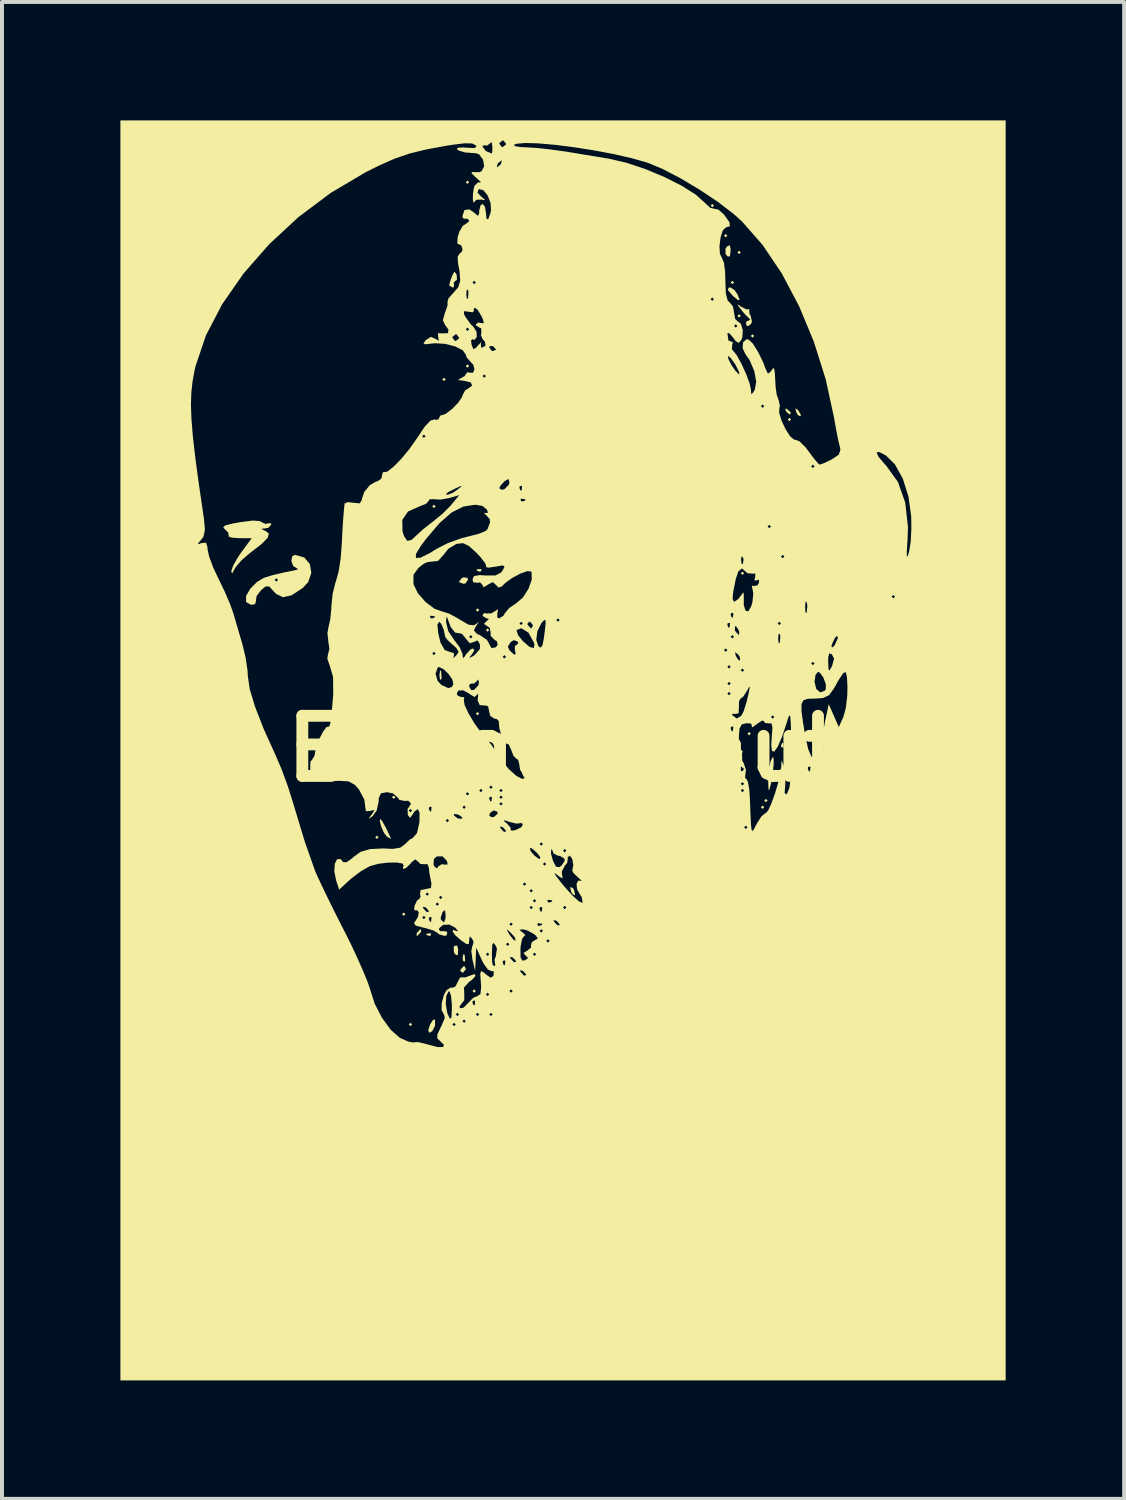
<source format=kicad_pcb>
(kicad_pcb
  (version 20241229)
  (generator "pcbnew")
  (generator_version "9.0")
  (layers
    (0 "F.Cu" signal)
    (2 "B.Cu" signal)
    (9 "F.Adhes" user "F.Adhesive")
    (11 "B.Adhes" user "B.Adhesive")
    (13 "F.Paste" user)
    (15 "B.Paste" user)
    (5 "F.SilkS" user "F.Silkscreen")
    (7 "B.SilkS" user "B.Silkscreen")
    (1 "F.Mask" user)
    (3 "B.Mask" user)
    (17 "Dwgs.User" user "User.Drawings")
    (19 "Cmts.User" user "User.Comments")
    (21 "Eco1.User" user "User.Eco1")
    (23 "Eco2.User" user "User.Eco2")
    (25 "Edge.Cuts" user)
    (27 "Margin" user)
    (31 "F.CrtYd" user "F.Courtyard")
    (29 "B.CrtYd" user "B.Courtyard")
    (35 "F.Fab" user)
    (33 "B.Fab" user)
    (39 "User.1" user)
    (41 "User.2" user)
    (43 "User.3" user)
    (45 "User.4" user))
  (footprint "Ehrmantraut"
    (layer "F.Cu")
    (at 11.213 15.917)
    (property "Reference" "Ehrmantraut" (at 0 0 0) (layer "F.SilkS") (effects (font (size 1.524 1.524) (thickness 0.3))))
    (attr board_only exclude_from_pos_files exclude_from_bom)
    (fp_poly (pts (xy -4.672 2.244) (xy -4.715 2.286) (xy -4.757 2.244) (xy -4.715 2.201)) (stroke (width 0) (type solid)) (fill yes) (layer "F.SilkS"))
    (fp_poly (pts (xy -4.247 1.228) (xy -4.29 1.27) (xy -4.332 1.228) (xy -4.29 1.185)) (stroke (width 0) (type solid)) (fill yes) (layer "F.SilkS"))
    (fp_poly (pts (xy -3.993 4.191) (xy -4.035 4.233) (xy -4.078 4.191) (xy -4.035 4.149)) (stroke (width 0) (type solid)) (fill yes) (layer "F.SilkS"))
    (fp_poly (pts (xy -3.823 6.985) (xy -3.865 7.027) (xy -3.908 6.985) (xy -3.865 6.943)) (stroke (width 0) (type solid)) (fill yes) (layer "F.SilkS"))
    (fp_poly (pts (xy -3.228 -6.138) (xy -3.271 -6.096) (xy -3.313 -6.138) (xy -3.271 -6.181)) (stroke (width 0) (type solid)) (fill yes) (layer "F.SilkS"))
    (fp_poly (pts (xy -2.973 -9.356) (xy -3.016 -9.313) (xy -3.058 -9.356) (xy -3.016 -9.398)) (stroke (width 0) (type solid)) (fill yes) (layer "F.SilkS"))
    (fp_poly (pts (xy -2.379 -14.351) (xy -2.421 -14.309) (xy -2.464 -14.351) (xy -2.421 -14.393)) (stroke (width 0) (type solid)) (fill yes) (layer "F.SilkS"))
    (fp_poly (pts (xy -2.379 -9.694) (xy -2.421 -9.652) (xy -2.464 -9.694) (xy -2.421 -9.737)) (stroke (width 0) (type solid)) (fill yes) (layer "F.SilkS"))
    (fp_poly (pts (xy -2.209 6.138) (xy -2.251 6.181) (xy -2.294 6.138) (xy -2.251 6.096)) (stroke (width 0) (type solid)) (fill yes) (layer "F.SilkS"))
    (fp_poly (pts (xy -2.124 -3.514) (xy -2.166 -3.471) (xy -2.209 -3.514) (xy -2.166 -3.556)) (stroke (width 0) (type solid)) (fill yes) (layer "F.SilkS"))
    (fp_poly (pts (xy -2.124 -0.889) (xy -2.166 -0.847) (xy -2.209 -0.889) (xy -2.166 -0.931)) (stroke (width 0) (type solid)) (fill yes) (layer "F.SilkS"))
    (fp_poly (pts (xy -1.869 -3.006) (xy -1.911 -2.963) (xy -1.954 -3.006) (xy -1.911 -3.048)) (stroke (width 0) (type solid)) (fill yes) (layer "F.SilkS"))
    (fp_poly (pts (xy 3.823 -13.758) (xy 3.78 -13.716) (xy 3.738 -13.758) (xy 3.78 -13.801)) (stroke (width 0) (type solid)) (fill yes) (layer "F.SilkS"))
    (fp_poly (pts (xy 4.163 -12.996) (xy 4.12 -12.954) (xy 4.078 -12.996) (xy 4.12 -13.039)) (stroke (width 0) (type solid)) (fill yes) (layer "F.SilkS"))
    (fp_poly (pts (xy 4.332 -11.811) (xy 4.29 -11.769) (xy 4.247 -11.811) (xy 4.29 -11.853)) (stroke (width 0) (type solid)) (fill yes) (layer "F.SilkS"))
    (fp_poly (pts (xy 4.502 -12.573) (xy 4.46 -12.531) (xy 4.417 -12.573) (xy 4.46 -12.615)) (stroke (width 0) (type solid)) (fill yes) (layer "F.SilkS"))
    (fp_poly (pts (xy 4.502 -10.964) (xy 4.46 -10.922) (xy 4.417 -10.964) (xy 4.46 -11.007)) (stroke (width 0) (type solid)) (fill yes) (layer "F.SilkS"))
    (fp_poly (pts (xy 4.587 -4.445) (xy 4.545 -4.403) (xy 4.502 -4.445) (xy 4.545 -4.487)) (stroke (width 0) (type solid)) (fill yes) (layer "F.SilkS"))
    (fp_poly (pts (xy 4.757 -0.381) (xy 4.715 -0.339) (xy 4.672 -0.381) (xy 4.715 -0.423)) (stroke (width 0) (type solid)) (fill yes) (layer "F.SilkS"))
    (fp_poly (pts (xy 4.842 -10.456) (xy 4.8 -10.414) (xy 4.757 -10.456) (xy 4.8 -10.499)) (stroke (width 0) (type solid)) (fill yes) (layer "F.SilkS"))
    (fp_poly (pts (xy 5.097 1.482) (xy 5.055 1.524) (xy 5.012 1.482) (xy 5.055 1.439)) (stroke (width 0) (type solid)) (fill yes) (layer "F.SilkS"))
    (fp_poly (pts (xy 5.182 1.312) (xy 5.139 1.355) (xy 5.097 1.312) (xy 5.139 1.27)) (stroke (width 0) (type solid)) (fill yes) (layer "F.SilkS"))
    (fp_poly (pts (xy 5.777 -8.34) (xy 5.734 -8.297) (xy 5.692 -8.34) (xy 5.734 -8.382)) (stroke (width 0) (type solid)) (fill yes) (layer "F.SilkS"))
    (fp_poly (pts (xy 6.456 -0.381) (xy 6.414 -0.339) (xy 6.371 -0.381) (xy 6.414 -0.423)) (stroke (width 0) (type solid)) (fill yes) (layer "F.SilkS"))
    (fp_poly (pts (xy -3.341 4.685) (xy -3.353 4.735) (xy -3.398 4.741) (xy -3.468 4.71) (xy -3.455 4.685) (xy -3.354 4.675)) (stroke (width 0) (type solid)) (fill yes) (layer "F.SilkS"))
    (fp_poly (pts (xy -3.087 -1.968) (xy -3.076 -1.795) (xy -3.087 -1.757) (xy -3.118 -1.746) (xy -3.13 -1.863) (xy -3.116 -1.983)) (stroke (width 0) (type solid)) (fill yes) (layer "F.SilkS"))
    (fp_poly (pts (xy -2.49 5.233) (xy -2.48 5.366) (xy -2.497 5.396) (xy -2.536 5.37) (xy -2.542 5.285) (xy -2.521 5.194)) (stroke (width 0) (type solid)) (fill yes) (layer "F.SilkS"))
    (fp_poly (pts (xy -2.067 -4.544) (xy -2.079 -4.493) (xy -2.124 -4.487) (xy -2.194 -4.518) (xy -2.18 -4.544) (xy -2.08 -4.554)) (stroke (width 0) (type solid)) (fill yes) (layer "F.SilkS"))
    (fp_poly (pts (xy 5.578 -0.141) (xy 5.589 -0.041) (xy 5.578 -0.028) (xy 5.528 -0.04) (xy 5.522 -0.085) (xy 5.553 -0.154)) (stroke (width 0) (type solid)) (fill yes) (layer "F.SilkS"))
    (fp_poly (pts (xy -3.243 7.017) (xy -3.313 7.156) (xy -3.387 7.197) (xy -3.415 7.132) (xy -3.369 6.988) (xy -3.29 6.864) (xy -3.241 6.864)) (stroke (width 0) (type solid)) (fill yes) (layer "F.SilkS"))
    (fp_poly (pts (xy -2.68 4.99) (xy -2.657 5.081) (xy -2.665 5.23) (xy -2.722 5.218) (xy -2.765 5.157) (xy -2.77 5.022) (xy -2.746 4.989)) (stroke (width 0) (type solid)) (fill yes) (layer "F.SilkS"))
    (fp_poly (pts (xy 0.252 3.533) (xy 0.284 3.595) (xy 0.306 3.714) (xy 0.249 3.691) (xy 0.209 3.635) (xy 0.183 3.524) (xy 0.193 3.504)) (stroke (width 0) (type solid)) (fill yes) (layer "F.SilkS"))
    (fp_poly (pts (xy 5.679 -8.602) (xy 5.77 -8.517) (xy 5.751 -8.467) (xy 5.739 -8.467) (xy 5.667 -8.527) (xy 5.641 -8.564) (xy 5.631 -8.622)) (stroke (width 0) (type solid)) (fill yes) (layer "F.SilkS"))
    (fp_poly (pts (xy 5.946 -8.585) (xy 5.957 -8.574) (xy 6.024 -8.463) (xy 6.015 -8.422) (xy 5.952 -8.448) (xy 5.909 -8.527) (xy 5.884 -8.625)) (stroke (width 0) (type solid)) (fill yes) (layer "F.SilkS"))
    (fp_poly (pts (xy -3.595 4.627) (xy -3.61 4.657) (xy -3.69 4.738) (xy -3.705 4.741) (xy -3.711 4.687) (xy -3.695 4.657) (xy -3.615 4.576) (xy -3.6 4.572)) (stroke (width 0) (type solid)) (fill yes) (layer "F.SilkS"))
    (fp_poly (pts (xy -2.465 5.569) (xy -2.464 5.588) (xy -2.529 5.669) (xy -2.554 5.673) (xy -2.604 5.621) (xy -2.591 5.588) (xy -2.515 5.507) (xy -2.501 5.503)) (stroke (width 0) (type solid)) (fill yes) (layer "F.SilkS"))
    (fp_poly (pts (xy -2.42 -4.326) (xy -2.407 -4.282) (xy -2.474 -4.186) (xy -2.52 -4.177) (xy -2.624 -4.214) (xy -2.633 -4.238) (xy -2.567 -4.32) (xy -2.52 -4.343)) (stroke (width 0) (type solid)) (fill yes) (layer "F.SilkS"))
    (fp_poly (pts (xy 4.247 -12.636) (xy 4.247 -12.632) (xy 4.227 -12.47) (xy 4.164 -12.473) (xy 4.115 -12.538) (xy 4.116 -12.67) (xy 4.153 -12.724) (xy 4.226 -12.756)) (stroke (width 0) (type solid)) (fill yes) (layer "F.SilkS"))
    (fp_poly (pts (xy 4.345 -11.618) (xy 4.417 -11.515) (xy 4.475 -11.373) (xy 4.43 -11.364) (xy 4.296 -11.478) (xy 4.178 -11.618) (xy 4.192 -11.678) (xy 4.245 -11.684)) (stroke (width 0) (type solid)) (fill yes) (layer "F.SilkS"))
    (fp_poly (pts (xy -4.575 1.845) (xy -4.484 2.009) (xy -4.473 2.032) (xy -4.391 2.202) (xy -4.359 2.284) (xy -4.36 2.285) (xy -4.432 2.244) (xy -4.467 2.221) (xy -4.539 2.125) (xy -4.606 1.973) (xy -4.643 1.834) (xy -4.628 1.778)) (stroke (width 0) (type solid)) (fill yes) (layer "F.SilkS"))
    (fp_poly (pts (xy 5.335 0.256) (xy 5.336 0.381) (xy 5.31 0.662) (xy 5.267 0.889) (xy 5.226 1.038) (xy 5.206 1.045) (xy 5.199 0.899) (xy 5.198 0.804) (xy 5.213 0.54) (xy 5.256 0.324) (xy 5.267 0.296) (xy 5.317 0.203)) (stroke (width 0) (type solid)) (fill yes) (layer "F.SilkS"))
    (fp_poly (pts (xy -2.711 -12.039) (xy -2.693 -11.995) (xy -2.687 -11.878) (xy -2.726 -11.853) (xy -2.774 -11.801) (xy -2.761 -11.769) (xy -2.768 -11.691) (xy -2.798 -11.684) (xy -2.88 -11.73) (xy -2.882 -11.748) (xy -2.849 -11.872) (xy -2.812 -11.974) (xy -2.756 -12.084)) (stroke (width 0) (type solid)) (fill yes) (layer "F.SilkS"))
    (fp_poly (pts (xy 4.446 -11.246) (xy 4.51 -11.198) (xy 4.644 -11.13) (xy 4.701 -11.134) (xy 4.723 -11.132) (xy 4.715 -11.12) (xy 4.723 -11.016) (xy 4.753 -10.969) (xy 4.786 -10.823) (xy 4.763 -10.762) (xy 4.682 -10.7) (xy 4.635 -10.744) (xy 4.645 -10.828) (xy 4.688 -10.839) (xy 4.746 -10.869) (xy 4.715 -10.902) (xy 4.6 -11.015) (xy 4.502 -11.134) (xy 4.421 -11.248)) (stroke (width 0) (type solid)) (fill yes) (layer "F.SilkS"))
    (fp_poly (pts (xy -7.672 -5.765) (xy -7.634 -5.738) (xy -7.527 -5.693) (xy -7.485 -5.709) (xy -7.4 -5.711) (xy -7.391 -5.678) (xy -7.461 -5.599) (xy -7.539 -5.582) (xy -7.642 -5.571) (xy -7.586 -5.536) (xy -7.537 -5.517) (xy -7.452 -5.449) (xy -7.481 -5.344) (xy -7.635 -5.187) (xy -7.926 -4.962) (xy -7.928 -4.96) (xy -8.14 -4.779) (xy -8.294 -4.6) (xy -8.326 -4.542) (xy -8.383 -4.44) (xy -8.405 -4.492) (xy -8.36 -4.632) (xy -8.24 -4.845) (xy -8.148 -4.979) (xy -7.886 -5.334) (xy -8.204 -5.334) (xy -8.394 -5.347) (xy -8.473 -5.378) (xy -8.468 -5.389) (xy -8.481 -5.475) (xy -8.554 -5.547) (xy -8.609 -5.608) (xy -8.56 -5.656) (xy -8.383 -5.702) (xy -8.192 -5.737) (xy -7.857 -5.78)) (stroke (width 0) (type solid)) (fill yes) (layer "F.SilkS"))
    (fp_poly (pts (xy -6.554 -4.845) (xy -6.413 -4.677) (xy -6.376 -4.454) (xy -6.456 -4.221) (xy -6.591 -4.074) (xy -6.877 -3.886) (xy -7.096 -3.838) (xy -7.273 -3.925) (xy -7.323 -3.98) (xy -7.442 -4.109) (xy -7.534 -4.111) (xy -7.65 -4.017) (xy -7.763 -3.867) (xy -7.779 -3.752) (xy -7.798 -3.663) (xy -7.9 -3.645) (xy -8.011 -3.704) (xy -8.03 -3.729) (xy -8.029 -3.87) (xy -7.924 -4.052) (xy -7.753 -4.225) (xy -7.668 -4.276) (xy -7.306 -4.276) (xy -7.263 -4.233) (xy -7.221 -4.276) (xy -7.263 -4.318) (xy -7.306 -4.276) (xy -7.668 -4.276) (xy -7.577 -4.33) (xy -7.347 -4.401) (xy -7.053 -4.469) (xy -6.966 -4.485) (xy -6.774 -4.525) (xy -6.705 -4.554) (xy -6.732 -4.562) (xy -6.835 -4.627) (xy -6.883 -4.757) (xy -6.861 -4.875) (xy -6.79 -4.911)) (stroke (width 0) (type solid)) (fill yes) (layer "F.SilkS"))
    (fp_poly (pts (xy 11.213 16.002) (xy -11.213 16.002) (xy -11.213 -8.712) (xy -9.426 -8.712) (xy -9.413 -8.348) (xy -9.377 -7.911) (xy -9.316 -7.377) (xy -9.228 -6.724) (xy -9.112 -5.93) (xy -9.096 -5.823) (xy -9.072 -5.544) (xy -9.109 -5.371) (xy -9.169 -5.29) (xy -9.255 -5.194) (xy -9.213 -5.19) (xy -9.153 -5.211) (xy -9.042 -5.219) (xy -9.006 -5.1) (xy -9.005 -5.053) (xy -8.966 -4.871) (xy -8.866 -4.6) (xy -8.726 -4.303) (xy -8.568 -3.975) (xy -8.43 -3.652) (xy -8.351 -3.429) (xy -8.268 -3.143) (xy -8.167 -2.799) (xy -8.119 -2.636) (xy -8.041 -2.308) (xy -7.993 -1.983) (xy -7.985 -1.846) (xy -7.938 -1.516) (xy -7.801 -1.06) (xy -7.578 -0.49) (xy -7.281 0.166) (xy -7.125 0.531) (xy -6.965 0.968) (xy -6.835 1.384) (xy -6.832 1.394) (xy -6.54 2.36) (xy -6.283 3.09) (xy -6.219 3.237) (xy -6.1 3.491) (xy -5.946 3.808) (xy -5.78 4.146) (xy -5.622 4.459) (xy -5.533 4.632) (xy -5.379 4.939) (xy -5.218 5.283) (xy -5.069 5.62) (xy -4.952 5.904) (xy -4.887 6.09) (xy -4.882 6.112) (xy -4.77 6.461) (xy -4.587 6.816) (xy -4.365 7.12) (xy -4.141 7.318) (xy -4.124 7.328) (xy -3.926 7.417) (xy -3.797 7.443) (xy -3.781 7.437) (xy -3.677 7.431) (xy -3.479 7.476) (xy -3.416 7.496) (xy -3.178 7.558) (xy -3.037 7.557) (xy -3.018 7.499) (xy -3.102 7.418) (xy -3.185 7.337) (xy -3.184 7.237) (xy -3.098 7.056) (xy -3.086 7.035) (xy -3.065 6.985) (xy -2.803 6.985) (xy -2.761 7.027) (xy -2.718 6.985) (xy -2.761 6.943) (xy -2.803 6.985) (xy -3.065 6.985) (xy -3.029 6.9) (xy -2.548 6.9) (xy -2.506 6.943) (xy -2.464 6.9) (xy -2.506 6.858) (xy -2.548 6.9) (xy -3.029 6.9) (xy -2.994 6.818) (xy -3.021 6.719) (xy -3.025 6.718) (xy -3.077 6.62) (xy -3.073 6.47) (xy -2.97 6.47) (xy -2.934 6.688) (xy -2.922 6.724) (xy -2.862 6.842) (xy -2.828 6.81) (xy -2.823 6.731) (xy -2.718 6.731) (xy -2.676 6.773) (xy -2.633 6.731) (xy -2.209 6.731) (xy -2.166 6.773) (xy -2.124 6.731) (xy -1.869 6.731) (xy -1.826 6.773) (xy -1.784 6.731) (xy -1.826 6.689) (xy -1.869 6.731) (xy -2.124 6.731) (xy -2.166 6.689) (xy -2.209 6.731) (xy -2.633 6.731) (xy -2.676 6.689) (xy -2.718 6.731) (xy -2.823 6.731) (xy -2.816 6.62) (xy -2.817 6.479) (xy -2.836 6.263) (xy -2.876 6.15) (xy -2.899 6.145) (xy -2.958 6.264) (xy -2.97 6.47) (xy -3.073 6.47) (xy -3.072 6.436) (xy -3.017 6.234) (xy -2.952 6.118) (xy -2.843 6.048) (xy -2.8 6.056) (xy -2.724 6.022) (xy -2.674 5.922) (xy -2.613 5.801) (xy -2.572 5.79) (xy -2.471 5.793) (xy -2.367 5.751) (xy -2.237 5.709) (xy -2.218 5.755) (xy -2.305 5.854) (xy -2.383 5.91) (xy -2.51 6.05) (xy -2.502 6.195) (xy -2.502 6.374) (xy -2.558 6.441) (xy -2.624 6.533) (xy -2.608 6.573) (xy -2.52 6.56) (xy -2.414 6.451) (xy -2.398 6.435) (xy -2.294 6.435) (xy -2.263 6.504) (xy -2.237 6.491) (xy -2.227 6.391) (xy -2.237 6.378) (xy -2.288 6.39) (xy -2.294 6.435) (xy -2.398 6.435) (xy -2.276 6.311) (xy -2.167 6.265) (xy -2.106 6.223) (xy -1.954 6.223) (xy -1.911 6.265) (xy -1.869 6.223) (xy -1.911 6.181) (xy -1.954 6.223) (xy -2.106 6.223) (xy -2.092 6.213) (xy -2.084 6.138) (xy -1.359 6.138) (xy -1.317 6.181) (xy -1.274 6.138) (xy -1.317 6.096) (xy -1.359 6.138) (xy -2.084 6.138) (xy -2.074 6.038) (xy -2.082 5.918) (xy -2.097 5.704) (xy -2.076 5.631) (xy -2.004 5.67) (xy -1.959 5.71) (xy -1.838 5.8) (xy -1.776 5.767) (xy -1.756 5.723) (xy -1.758 5.632) (xy -1.81 5.636) (xy -1.861 5.612) (xy -1.091 5.612) (xy -1.07 5.66) (xy -0.984 5.75) (xy -0.935 5.732) (xy -0.934 5.72) (xy -0.995 5.648) (xy -1.033 5.622) (xy -1.091 5.612) (xy -1.861 5.612) (xy -1.906 5.591) (xy -2.02 5.43) (xy -2.056 5.356) (xy -2.124 5.207) (xy -1.954 5.207) (xy -1.911 5.249) (xy -1.869 5.207) (xy -1.801 5.207) (xy -1.797 5.406) (xy -1.776 5.488) (xy -1.727 5.503) (xy -1.714 5.462) (xy -1.724 5.45) (xy -1.727 5.419) (xy -1.529 5.419) (xy -1.498 5.488) (xy -1.472 5.475) (xy -1.462 5.375) (xy -1.472 5.362) (xy -1.523 5.374) (xy -1.529 5.419) (xy -1.727 5.419) (xy -1.735 5.341) (xy -1.709 5.274) (xy -1.346 5.274) (xy -1.325 5.321) (xy -1.239 5.412) (xy -1.19 5.393) (xy -1.189 5.381) (xy -1.25 5.31) (xy -1.287 5.284) (xy -1.346 5.274) (xy -1.709 5.274) (xy -1.702 5.255) (xy -1.675 5.063) (xy -1.704 4.991) (xy -1.734 4.953) (xy -1.444 4.953) (xy -1.402 4.995) (xy -1.359 4.953) (xy -1.402 4.911) (xy -1.444 4.953) (xy -1.734 4.953) (xy -1.763 4.917) (xy -1.792 4.961) (xy -1.801 5.145) (xy -1.801 5.207) (xy -1.869 5.207) (xy -1.911 5.165) (xy -1.954 5.207) (xy -2.124 5.207) (xy -2.2 5.038) (xy -2.226 5.63) (xy -2.296 5.335) (xy -2.323 5.128) (xy -2.301 5.003) (xy -2.292 4.994) (xy -2.266 4.896) (xy -2.297 4.824) (xy -2.36 4.75) (xy -2.377 4.836) (xy -2.377 4.851) (xy -2.388 4.95) (xy -2.449 4.946) (xy -2.588 4.851) (xy -2.729 4.727) (xy -2.799 4.628) (xy -2.781 4.589) (xy -2.697 4.621) (xy -2.663 4.618) (xy -2.692 4.581) (xy -1.415 4.581) (xy -1.412 4.612) (xy -1.351 4.716) (xy -1.254 4.841) (xy -1.198 4.862) (xy -1.22 4.782) (xy -1.31 4.676) (xy -1.409 4.586) (xy -1.104 4.586) (xy -1.041 4.643) (xy -1.019 4.657) (xy -0.952 4.724) (xy -0.979 4.74) (xy -1.037 4.816) (xy -1.074 5.004) (xy -1.079 5.075) (xy -1.075 5.289) (xy -1.03 5.368) (xy -0.964 5.36) (xy -0.883 5.303) (xy -0.946 5.242) (xy -0.976 5.207) (xy -0.765 5.207) (xy -0.722 5.249) (xy -0.68 5.207) (xy -0.722 5.165) (xy -0.765 5.207) (xy -0.976 5.207) (xy -1.003 5.175) (xy -0.911 5.118) (xy -0.811 5.038) (xy -0.813 4.986) (xy -0.789 4.897) (xy -0.742 4.868) (xy -0.425 4.868) (xy -0.382 4.911) (xy -0.34 4.868) (xy -0.382 4.826) (xy -0.425 4.868) (xy -0.742 4.868) (xy -0.725 4.858) (xy -0.638 4.806) (xy -0.689 4.733) (xy -0.741 4.692) (xy -0.887 4.614) (xy -0.595 4.614) (xy -0.552 4.657) (xy -0.51 4.614) (xy -0.552 4.572) (xy -0.595 4.614) (xy -0.887 4.614) (xy -0.919 4.598) (xy -1.019 4.576) (xy -1.104 4.586) (xy -1.409 4.586) (xy -1.415 4.581) (xy -2.692 4.581) (xy -2.725 4.538) (xy -2.875 4.456) (xy -3.036 4.461) (xy -3.136 4.545) (xy -3.143 4.586) (xy -3.091 4.63) (xy -3.064 4.618) (xy -2.955 4.629) (xy -2.932 4.655) (xy -2.949 4.73) (xy -3.006 4.741) (xy -3.149 4.698) (xy -3.18 4.666) (xy -3.287 4.603) (xy -3.492 4.542) (xy -3.536 4.533) (xy -3.731 4.481) (xy -3.757 4.445) (xy -1.359 4.445) (xy -1.317 4.487) (xy -1.274 4.445) (xy -1.288 4.431) (xy -0.651 4.431) (xy -0.64 4.481) (xy -0.595 4.487) (xy -0.525 4.456) (xy -0.538 4.431) (xy -0.639 4.421) (xy -0.651 4.431) (xy -1.288 4.431) (xy -1.317 4.403) (xy -1.359 4.445) (xy -3.757 4.445) (xy -3.776 4.418) (xy -3.749 4.38) (xy -3.685 4.276) (xy -3.568 4.276) (xy -3.525 4.318) (xy -3.398 4.318) (xy -3.367 4.388) (xy -3.341 4.374) (xy -3.332 4.285) (xy -3.1 4.285) (xy -3.09 4.335) (xy -3.016 4.399) (xy -2.993 4.342) (xy -0.241 4.342) (xy -0.22 4.39) (xy -0.135 4.48) (xy -0.086 4.462) (xy -0.085 4.45) (xy -0.145 4.378) (xy -0.183 4.352) (xy -0.241 4.342) (xy -2.993 4.342) (xy -2.978 4.303) (xy -2.975 4.212) (xy -2.989 4.09) (xy -3.039 4.122) (xy -3.054 4.145) (xy -3.1 4.285) (xy -3.332 4.285) (xy -3.331 4.274) (xy -3.341 4.262) (xy -3.392 4.273) (xy -3.398 4.318) (xy -3.525 4.318) (xy -3.483 4.276) (xy -3.525 4.233) (xy -3.568 4.276) (xy -3.685 4.276) (xy -3.674 4.259) (xy -3.655 4.141) (xy -3.696 4.089) (xy -3.73 4.101) (xy -3.773 4.074) (xy -3.765 4.004) (xy -3.554 4.004) (xy -3.534 4.051) (xy -3.448 4.142) (xy -3.399 4.123) (xy -3.398 4.111) (xy -3.458 4.04) (xy -3.484 4.022) (xy -0.849 4.022) (xy -0.807 4.064) (xy -0.595 4.064) (xy -0.564 4.134) (xy -0.538 4.12) (xy -0.528 4.022) (xy 0 4.022) (xy 0.042 4.064) (xy 0.085 4.022) (xy 0.042 3.979) (xy 0 4.022) (xy -0.528 4.022) (xy -0.528 4.02) (xy -0.538 4.008) (xy -0.589 4.019) (xy -0.595 4.064) (xy -0.807 4.064) (xy -0.765 4.022) (xy -0.807 3.979) (xy -0.849 4.022) (xy -3.484 4.022) (xy -3.496 4.014) (xy -3.554 4.004) (xy -3.765 4.004) (xy -3.762 3.979) (xy -3.742 3.937) (xy -3.228 3.937) (xy -3.186 3.979) (xy -3.143 3.937) (xy -3.186 3.895) (xy -3.228 3.937) (xy -3.742 3.937) (xy -3.701 3.852) (xy -0.765 3.852) (xy -0.722 3.895) (xy -0.68 3.852) (xy -0.694 3.838) (xy -0.396 3.838) (xy -0.385 3.889) (xy -0.34 3.895) (xy -0.27 3.864) (xy -0.283 3.838) (xy -0.384 3.828) (xy -0.396 3.838) (xy -0.694 3.838) (xy -0.722 3.81) (xy -0.765 3.852) (xy -3.701 3.852) (xy -3.696 3.842) (xy -3.646 3.81) (xy -3.62 3.768) (xy -3.143 3.768) (xy -3.101 3.81) (xy -3.058 3.768) (xy -3.101 3.725) (xy -3.143 3.768) (xy -3.62 3.768) (xy -3.607 3.748) (xy -3.622 3.683) (xy -3.483 3.683) (xy -3.44 3.725) (xy -3.398 3.683) (xy -3.44 3.641) (xy -3.483 3.683) (xy -3.622 3.683) (xy -3.612 3.598) (xy -0.849 3.598) (xy -0.807 3.641) (xy -0.765 3.598) (xy -0.807 3.556) (xy -0.849 3.598) (xy -3.612 3.598) (xy -3.61 3.582) (xy -3.482 3.556) (xy -3.346 3.527) (xy -3.336 3.429) (xy -1.019 3.429) (xy -0.977 3.471) (xy -0.934 3.429) (xy -0.977 3.387) (xy -1.019 3.429) (xy -3.336 3.429) (xy -3.334 3.407) (xy -3.344 3.365) (xy -3.385 3.153) (xy -0.219 3.153) (xy -0.166 3.24) (xy -0.025 3.42) (xy 0.043 3.502) (xy 0.243 3.723) (xy 0.401 3.865) (xy 0.488 3.905) (xy 0.495 3.896) (xy 0.473 3.754) (xy 0.434 3.701) (xy 0.358 3.568) (xy 0.342 3.427) (xy 0.385 3.341) (xy 0.446 3.346) (xy 0.471 3.343) (xy 0.382 3.262) (xy 0.263 3.147) (xy 0.234 3.087) (xy 0.26 2.947) (xy 0.234 2.792) (xy 0.173 2.71) (xy 0.165 2.709) (xy 0.111 2.759) (xy 0.121 2.784) (xy 0.105 2.893) (xy 0.047 2.96) (xy -0.032 3.112) (xy -0.023 3.202) (xy -0.008 3.283) (xy -0.076 3.253) (xy -0.173 3.175) (xy -0.219 3.153) (xy -3.385 3.153) (xy -3.387 3.143) (xy -3.397 3.022) (xy -3.43 2.934) (xy -3.28 2.934) (xy -3.26 2.98) (xy -3.194 3.035) (xy -3.165 2.985) (xy -3.072 2.925) (xy -3.009 2.935) (xy -2.924 2.933) (xy -2.926 2.921) (xy -0.51 2.921) (xy -0.467 2.963) (xy -0.425 2.921) (xy -0.467 2.879) (xy -0.51 2.921) (xy -2.926 2.921) (xy -2.939 2.846) (xy -3.05 2.727) (xy -3.197 2.727) (xy -3.271 2.794) (xy -3.28 2.934) (xy -3.43 2.934) (xy -3.436 2.919) (xy -3.492 2.927) (xy -3.612 2.919) (xy -3.664 2.868) (xy -3.742 2.802) (xy -3.835 2.875) (xy -3.855 2.9) (xy -3.964 3.01) (xy -4.046 3.049) (xy -4.055 3) (xy -4.035 2.963) (xy -4.067 2.908) (xy -4.217 2.882) (xy -4.436 2.885) (xy -4.675 2.915) (xy -4.885 2.972) (xy -4.902 2.979) (xy -5.121 3.104) (xy -5.361 3.285) (xy -5.405 3.324) (xy -5.671 3.569) (xy -5.75 3.33) (xy -5.795 3.101) (xy -5.781 2.912) (xy -5.724 2.799) (xy -5.637 2.795) (xy -5.568 2.873) (xy -5.483 2.874) (xy -5.339 2.773) (xy -5.312 2.746) (xy -5.128 2.612) (xy -4.889 2.542) (xy -4.551 2.526) (xy -4.319 2.537) (xy -4.14 2.51) (xy -0.84 2.51) (xy -0.826 2.584) (xy -0.735 2.697) (xy -0.625 2.782) (xy -0.584 2.794) (xy -0.578 2.744) (xy -0.643 2.659) (xy -0.305 2.659) (xy -0.256 2.834) (xy -0.178 2.988) (xy -0.095 3) (xy -0.042 2.963) (xy 0.041 2.844) (xy 0.037 2.784) (xy -0.08 2.715) (xy -0.132 2.709) (xy -0.242 2.654) (xy -0.255 2.611) (xy -0.267 2.582) (xy 0 2.582) (xy 0.042 2.625) (xy 0.085 2.582) (xy 0.042 2.54) (xy 0 2.582) (xy -0.267 2.582) (xy -0.283 2.547) (xy -0.3 2.556) (xy -0.305 2.659) (xy -0.643 2.659) (xy -0.658 2.639) (xy -0.781 2.531) (xy -0.84 2.51) (xy -4.14 2.51) (xy -4.125 2.507) (xy -4.021 2.433) (xy -4 2.413) (xy -0.595 2.413) (xy -0.552 2.455) (xy -0.51 2.413) (xy -0.552 2.371) (xy -0.595 2.413) (xy -4 2.413) (xy -3.881 2.3) (xy -3.811 2.265) (xy -3.7 2.138) (xy -3.662 1.972) (xy -1.6 1.972) (xy -1.58 2.019) (xy -1.494 2.11) (xy -1.445 2.091) (xy -1.444 2.079) (xy -1.504 2.008) (xy -1.542 1.982) (xy -1.6 1.972) (xy -3.662 1.972) (xy -3.639 1.87) (xy -3.639 1.869) (xy -3.638 1.82) (xy -2.973 1.82) (xy -2.931 1.863) (xy -2.901 1.833) (xy -1.495 1.833) (xy -1.424 1.892) (xy -1.328 2) (xy -1.326 2.056) (xy -1.299 2.077) (xy -1.198 2.059) (xy -1.062 1.99) (xy 4.587 1.99) (xy 4.63 2.032) (xy 4.672 1.99) (xy 4.63 1.947) (xy 4.587 1.99) (xy -1.062 1.99) (xy -1.055 1.986) (xy -1.019 1.923) (xy -1.054 1.874) (xy -1.071 1.885) (xy -1.179 1.897) (xy -1.347 1.857) (xy -1.492 1.81) (xy -1.495 1.833) (xy -2.901 1.833) (xy -2.888 1.82) (xy -2.931 1.778) (xy -2.973 1.82) (xy -3.638 1.82) (xy -3.635 1.655) (xy -2.768 1.655) (xy -2.76 1.694) (xy -2.669 1.764) (xy -2.572 1.776) (xy -2.548 1.745) (xy -2.609 1.696) (xy -1.869 1.696) (xy -1.806 1.738) (xy -1.742 1.724) (xy -1.656 1.644) (xy -1.663 1.598) (xy -1.756 1.561) (xy -1.849 1.627) (xy -1.869 1.696) (xy -2.609 1.696) (xy -2.615 1.69) (xy -2.68 1.661) (xy -2.768 1.655) (xy -3.635 1.655) (xy -3.634 1.625) (xy -3.677 1.53) (xy -3.761 1.589) (xy -3.806 1.66) (xy -3.874 1.752) (xy -3.922 1.692) (xy -3.934 1.663) (xy -3.936 1.566) (xy -3.908 1.566) (xy -3.865 1.609) (xy -3.823 1.566) (xy -3.865 1.524) (xy -3.398 1.524) (xy -3.367 1.594) (xy -3.341 1.58) (xy -3.331 1.482) (xy -2.548 1.482) (xy -2.506 1.524) (xy -2.464 1.482) (xy -2.506 1.439) (xy -2.548 1.482) (xy -3.331 1.482) (xy -3.331 1.48) (xy -3.341 1.468) (xy -3.392 1.479) (xy -3.398 1.524) (xy -3.865 1.524) (xy -3.908 1.566) (xy -3.936 1.566) (xy -3.937 1.522) (xy -3.903 1.479) (xy -3.856 1.397) (xy -1.614 1.397) (xy -1.572 1.439) (xy -1.529 1.397) (xy -1.572 1.355) (xy -1.614 1.397) (xy -3.856 1.397) (xy -3.852 1.39) (xy -3.916 1.319) (xy -4.027 1.321) (xy -4.149 1.294) (xy -4.166 1.27) (xy -1.869 1.27) (xy -1.838 1.34) (xy -1.812 1.326) (xy -1.802 1.228) (xy -1.614 1.228) (xy -1.572 1.27) (xy -1.529 1.228) (xy -1.572 1.185) (xy -1.614 1.228) (xy -1.802 1.228) (xy -1.802 1.226) (xy -1.812 1.214) (xy -1.863 1.225) (xy -1.869 1.27) (xy -4.166 1.27) (xy -4.191 1.233) (xy -4.294 1.143) (xy -2.464 1.143) (xy -2.421 1.185) (xy -2.379 1.143) (xy -2.421 1.101) (xy -2.464 1.143) (xy -4.294 1.143) (xy -4.306 1.132) (xy -4.457 1.101) (xy -4.613 1.129) (xy -4.668 1.249) (xy -4.672 1.344) (xy -4.721 1.564) (xy -4.821 1.704) (xy -4.921 1.777) (xy -4.901 1.734) (xy -4.851 1.67) (xy -4.778 1.563) (xy -4.825 1.557) (xy -4.879 1.576) (xy -4.994 1.582) (xy -5.005 1.514) (xy -5.035 1.285) (xy -5.156 1.058) (xy -2.124 1.058) (xy -2.081 1.101) (xy -2.039 1.058) (xy -1.614 1.058) (xy -1.572 1.101) (xy -1.529 1.058) (xy 4.502 1.058) (xy 4.545 1.101) (xy 4.587 1.058) (xy 4.545 1.016) (xy 4.502 1.058) (xy -1.529 1.058) (xy -1.572 1.016) (xy -1.614 1.058) (xy -2.039 1.058) (xy -2.081 1.016) (xy -2.124 1.058) (xy -5.156 1.058) (xy -5.169 1.033) (xy -5.22 0.974) (xy -1.869 0.974) (xy -1.826 1.016) (xy -1.784 0.974) (xy -1.826 0.931) (xy -1.869 0.974) (xy -5.22 0.974) (xy -5.267 0.919) (xy -5.321 0.889) (xy 4.502 0.889) (xy 4.545 0.931) (xy 4.587 0.889) (xy 4.545 0.847) (xy 4.502 0.889) (xy -5.321 0.889) (xy -5.433 0.827) (xy -5.689 0.812) (xy -5.785 0.821) (xy -6.006 0.825) (xy -6.233 0.799) (xy -6.43 0.754) (xy -6.56 0.699) (xy -6.586 0.647) (xy -6.514 0.614) (xy -6.403 0.534) (xy -6.404 0.461) (xy -6.399 0.328) (xy -6.368 0.294) (xy -6.294 0.174) (xy -6.286 0.114) (xy -6.254 -0.042) (xy -6.177 -0.241) (xy -6.082 -0.427) (xy -5.996 -0.545) (xy -5.958 -0.558) (xy -5.926 -0.559) (xy -5.899 -0.627) (xy -5.874 -0.79) (xy -5.847 -1.074) (xy -5.822 -1.372) (xy -5.822 -1.402) (xy -2.693 -1.402) (xy -2.671 -1.347) (xy -2.57 -1.304) (xy -2.544 -1.315) (xy -2.5 -1.297) (xy -2.514 -1.237) (xy -2.493 -1.106) (xy -2.392 -0.89) (xy -2.239 -0.635) (xy -2.06 -0.389) (xy -1.925 -0.237) (xy -1.794 -0.072) (xy -1.709 0.066) (xy -1.553 0.306) (xy -1.366 0.524) (xy -1.183 0.687) (xy -1.038 0.763) (xy -0.979 0.75) (xy -0.969 0.72) (xy 4.417 0.72) (xy 4.46 0.762) (xy 4.502 0.72) (xy 4.46 0.677) (xy 4.417 0.72) (xy -0.969 0.72) (xy -0.945 0.653) (xy -0.998 0.617) (xy -1.075 0.526) (xy 4.247 0.526) (xy 4.319 0.58) (xy 4.417 0.593) (xy 4.555 0.559) (xy 4.587 0.513) (xy 4.517 0.454) (xy 4.417 0.447) (xy 4.279 0.485) (xy 4.247 0.526) (xy -1.075 0.526) (xy -1.087 0.511) (xy -1.104 0.416) (xy -1.137 0.283) (xy -1.18 0.254) (xy 4.332 0.254) (xy 4.364 0.324) (xy 4.389 0.31) (xy 4.399 0.21) (xy 4.389 0.198) (xy 4.339 0.209) (xy 4.332 0.254) (xy -1.18 0.254) (xy -1.255 0.182) (xy -1.31 0.039) (xy -1.373 -0.104) (xy -1.436 -0.132) (xy -1.494 -0.176) (xy -1.539 -0.279) (xy 4.452 -0.279) (xy 4.462 -0.072) (xy 4.496 0.033) (xy 4.515 0.034) (xy 4.551 0.058) (xy 4.534 0.124) (xy 4.539 0.298) (xy 4.579 0.371) (xy 4.636 0.542) (xy 4.622 0.624) (xy 4.611 0.74) (xy 4.642 0.762) (xy 4.684 0.839) (xy 4.718 1.038) (xy 4.733 1.249) (xy 4.748 1.658) (xy 4.761 1.92) (xy 4.776 2.055) (xy 4.801 2.084) (xy 4.842 2.028) (xy 4.903 1.908) (xy 4.914 1.888) (xy 5.026 1.714) (xy 5.122 1.634) (xy 5.134 1.634) (xy 5.194 1.569) (xy 5.278 1.386) (xy 5.369 1.133) (xy 5.451 0.858) (xy 5.509 0.607) (xy 5.527 0.466) (xy 5.534 0.296) (xy 5.602 0.466) (xy 5.637 0.665) (xy 5.629 0.918) (xy 5.627 0.931) (xy 5.614 1.122) (xy 5.654 1.158) (xy 5.673 1.143) (xy 5.735 0.989) (xy 5.774 0.676) (xy 5.779 0.508) (xy 6.201 0.508) (xy 6.232 0.578) (xy 6.258 0.564) (xy 6.268 0.464) (xy 6.258 0.452) (xy 6.207 0.463) (xy 6.201 0.508) (xy 5.779 0.508) (xy 5.789 0.211) (xy 5.779 -0.381) (xy 5.767 -0.681) (xy 5.753 -0.829) (xy 5.729 -0.843) (xy 5.691 -0.739) (xy 5.672 -0.677) (xy 5.549 -0.305) (xy 5.439 -0.052) (xy 5.351 0.072) (xy 5.293 0.058) (xy 5.274 -0.101) (xy 5.288 -0.302) (xy 5.305 -0.539) (xy 5.28 -0.641) (xy 5.215 -0.643) (xy 5.112 -0.653) (xy 5.097 -0.693) (xy 5.044 -0.713) (xy 4.917 -0.631) (xy 4.912 -0.627) (xy 4.801 -0.543) (xy 4.782 -0.557) (xy 4.785 -0.563) (xy 4.767 -0.636) (xy 4.65 -0.647) (xy 4.528 -0.616) (xy 4.47 -0.51) (xy 4.453 -0.283) (xy 4.452 -0.279) (xy -1.539 -0.279) (xy -1.559 -0.323) (xy -1.61 -0.508) (xy 4.247 -0.508) (xy 4.279 -0.438) (xy 4.304 -0.452) (xy 4.314 -0.552) (xy 4.304 -0.564) (xy 4.254 -0.553) (xy 4.247 -0.508) (xy -1.61 -0.508) (xy -1.611 -0.51) (xy -1.628 -0.673) (xy -1.625 -0.699) (xy -1.683 -0.755) (xy -1.741 -0.762) (xy -1.845 -0.833) (xy -1.857 -0.883) (xy 4.281 -0.883) (xy 4.291 -0.846) (xy 4.403 -0.765) (xy 4.465 -0.804) (xy 5.267 -0.804) (xy 5.309 -0.762) (xy 5.352 -0.804) (xy 5.309 -0.847) (xy 5.267 -0.804) (xy 4.465 -0.804) (xy 4.518 -0.838) (xy 4.577 -0.953) (xy 4.577 -0.953) (xy 6.04 -0.953) (xy 6.081 -0.655) (xy 6.134 -0.34) (xy 6.21 0.01) (xy 6.294 0.202) (xy 6.396 0.244) (xy 6.523 0.148) (xy 6.54 0.128) (xy 6.605 -0.04) (xy 6.595 -0.129) (xy 6.583 -0.283) (xy 6.608 -0.532) (xy 6.638 -0.695) (xy 6.731 -1.129) (xy 6.858 -0.84) (xy 6.986 -0.55) (xy 7.101 -0.804) (xy 7.164 -1.032) (xy 7.2 -1.345) (xy 7.205 -1.556) (xy 7.192 -1.822) (xy 7.162 -1.941) (xy 7.097 -1.914) (xy 6.981 -1.739) (xy 6.864 -1.53) (xy 6.741 -1.357) (xy 6.587 -1.284) (xy 6.375 -1.27) (xy 6.202 -1.265) (xy 6.093 -1.229) (xy 6.042 -1.135) (xy 6.04 -0.953) (xy 4.577 -0.953) (xy 4.648 -1.181) (xy 4.7 -1.397) (xy 4.73 -1.559) (xy 4.714 -1.567) (xy 4.657 -1.46) (xy 4.562 -1.316) (xy 4.497 -1.27) (xy 4.457 -1.198) (xy 4.456 -1.054) (xy 4.449 -0.899) (xy 4.367 -0.88) (xy 4.359 -0.883) (xy 4.281 -0.883) (xy -1.857 -0.883) (xy -1.869 -0.931) (xy -1.895 -1.064) (xy -1.933 -1.091) (xy -2.111 -1.104) (xy -2.165 -1.227) (xy -2.157 -1.291) (xy -2.148 -1.396) (xy -2.174 -1.371) (xy -2.241 -1.31) (xy -2.357 -1.378) (xy -2.379 -1.397) (xy 4.163 -1.397) (xy 4.205 -1.355) (xy 4.247 -1.397) (xy 4.205 -1.439) (xy 4.163 -1.397) (xy -2.379 -1.397) (xy -2.382 -1.4) (xy -2.525 -1.478) (xy -2.648 -1.475) (xy -2.693 -1.402) (xy -5.822 -1.402) (xy -5.826 -1.818) (xy -5.85 -1.901) (xy -3.229 -1.901) (xy -3.178 -1.718) (xy -3.079 -1.615) (xy -2.907 -1.535) (xy -2.815 -1.565) (xy -2.81 -1.574) (xy -2.379 -1.574) (xy -2.324 -1.484) (xy -2.251 -1.493) (xy -2.143 -1.609) (xy -2.136 -1.651) (xy 4.163 -1.651) (xy 4.205 -1.609) (xy 4.247 -1.651) (xy 4.205 -1.693) (xy 6.371 -1.693) (xy 6.415 -1.514) (xy 6.515 -1.428) (xy 6.626 -1.466) (xy 6.654 -1.503) (xy 6.658 -1.632) (xy 6.597 -1.8) (xy 6.506 -1.926) (xy 6.459 -1.947) (xy 6.397 -1.874) (xy 6.371 -1.697) (xy 6.371 -1.693) (xy 4.205 -1.693) (xy 4.163 -1.651) (xy -2.136 -1.651) (xy -2.13 -1.681) (xy -2.152 -1.757) (xy -2.18 -1.714) (xy -2.264 -1.645) (xy -2.301 -1.655) (xy -2.368 -1.633) (xy -2.379 -1.574) (xy -2.81 -1.574) (xy -2.779 -1.634) (xy -2.802 -1.751) (xy -2.903 -1.897) (xy -3.001 -1.99) (xy 4.502 -1.99) (xy 4.545 -1.947) (xy 4.587 -1.99) (xy 4.545 -2.032) (xy 4.502 -1.99) (xy -3.001 -1.99) (xy -3.034 -2.021) (xy -3.146 -2.07) (xy -3.174 -2.058) (xy -3.229 -1.901) (xy -5.85 -1.901) (xy -5.9 -2.074) (xy 4.163 -2.074) (xy 4.205 -2.032) (xy 4.247 -2.074) (xy 4.205 -2.117) (xy 4.163 -2.074) (xy -5.9 -2.074) (xy -5.905 -2.09) (xy -5.929 -2.159) (xy 6.286 -2.159) (xy 6.329 -2.117) (xy 6.371 -2.159) (xy 6.333 -2.197) (xy 6.717 -2.197) (xy 6.725 -2.012) (xy 6.75 -1.98) (xy 6.809 -2.084) (xy 6.816 -2.098) (xy 6.866 -2.281) (xy 6.81 -2.39) (xy 6.744 -2.419) (xy 6.718 -2.312) (xy 6.717 -2.197) (xy 6.333 -2.197) (xy 6.329 -2.201) (xy 6.286 -2.159) (xy -5.929 -2.159) (xy -5.971 -2.281) (xy -5.953 -2.398) (xy -5.949 -2.413) (xy -3.313 -2.413) (xy -3.271 -2.371) (xy -3.228 -2.413) (xy -3.271 -2.455) (xy -3.313 -2.413) (xy -5.949 -2.413) (xy -5.919 -2.527) (xy -5.943 -2.697) (xy -5.968 -2.929) (xy -5.94 -3.09) (xy -5.928 -3.142) (xy -3.183 -3.142) (xy -3.161 -2.926) (xy -3.104 -2.688) (xy -2.996 -2.498) (xy -2.874 -2.455) (xy -2.759 -2.418) (xy -2.768 -2.349) (xy -2.785 -2.295) (xy -2.71 -2.356) (xy -2.645 -2.452) (xy -2.702 -2.552) (xy -2.786 -2.626) (xy -2.926 -2.753) (xy -2.984 -2.83) (xy -3.022 -3.011) (xy -3.086 -3.165) (xy -3.13 -3.209) (xy -2.963 -3.209) (xy -2.908 -2.98) (xy -2.761 -2.76) (xy -2.618 -2.57) (xy -2.547 -2.405) (xy -2.546 -2.387) (xy -2.535 -2.291) (xy -2.487 -2.341) (xy -2.457 -2.392) (xy -2.345 -2.514) (xy -2.279 -2.54) (xy -2.248 -2.49) (xy -2.304 -2.399) (xy -2.375 -2.306) (xy -2.328 -2.318) (xy -2.311 -2.328) (xy -1.529 -2.328) (xy -1.487 -2.286) (xy -1.444 -2.328) (xy -1.487 -2.371) (xy -1.529 -2.328) (xy -2.311 -2.328) (xy -2.241 -2.37) (xy -2.107 -2.524) (xy -2.103 -2.64) (xy -2.163 -2.745) (xy -2.256 -2.706) (xy -2.363 -2.672) (xy -2.46 -2.788) (xy -2.462 -2.791) (xy -2.499 -2.836) (xy -2.379 -2.836) (xy -2.336 -2.794) (xy -2.294 -2.836) (xy -2.336 -2.879) (xy -2.379 -2.836) (xy -2.499 -2.836) (xy -2.56 -2.911) (xy -2.628 -2.924) (xy -2.735 -2.942) (xy -2.845 -3.082) (xy -2.912 -3.26) (xy -2.943 -3.351) (xy -2.959 -3.286) (xy -2.963 -3.209) (xy -3.13 -3.209) (xy -3.139 -3.217) (xy -3.183 -3.142) (xy -5.928 -3.142) (xy -5.896 -3.282) (xy -5.889 -3.358) (xy -3.37 -3.358) (xy -3.358 -3.308) (xy -3.313 -3.302) (xy -3.243 -3.333) (xy -3.256 -3.358) (xy -3.357 -3.369) (xy -3.37 -3.358) (xy -5.889 -3.358) (xy -5.87 -3.548) (xy -5.868 -3.622) (xy -5.836 -3.927) (xy -5.769 -4.197) (xy -3.79 -4.197) (xy -3.782 -4.155) (xy -3.676 -3.937) (xy -3.483 -3.717) (xy -3.256 -3.546) (xy -3.051 -3.472) (xy -3.041 -3.471) (xy -2.893 -3.426) (xy -2.682 -3.313) (xy -2.611 -3.268) (xy -2.397 -3.144) (xy -2.262 -3.127) (xy -2.2 -3.162) (xy -2.133 -3.214) (xy -2.173 -3.15) (xy -2.2 -3.114) (xy -2.258 -2.999) (xy -2.191 -2.918) (xy -2.09 -2.867) (xy -1.929 -2.759) (xy -1.869 -2.653) (xy -1.816 -2.551) (xy -1.709 -2.567) (xy -1.692 -2.586) (xy -1.4 -2.586) (xy -1.35 -2.486) (xy -1.236 -2.381) (xy -1.197 -2.409) (xy -1.207 -2.447) (xy 4.357 -2.447) (xy 4.374 -2.362) (xy 4.38 -2.346) (xy 4.448 -2.242) (xy 4.486 -2.241) (xy 4.476 -2.331) (xy 4.428 -2.393) (xy 4.357 -2.447) (xy -1.207 -2.447) (xy -1.22 -2.498) (xy 4.078 -2.498) (xy 4.12 -2.455) (xy 4.163 -2.498) (xy 4.12 -2.54) (xy 4.078 -2.498) (xy -1.22 -2.498) (xy -1.219 -2.607) (xy -1.182 -2.625) (xy -1.135 -2.677) (xy -1.149 -2.713) (xy -1.245 -2.751) (xy -1.325 -2.702) (xy -1.4 -2.586) (xy -1.692 -2.586) (xy -1.656 -2.625) (xy -1.675 -2.721) (xy -1.741 -2.763) (xy -1.836 -2.864) (xy -1.833 -2.935) (xy -1.847 -3.005) (xy -1.179 -3.005) (xy -1.14 -2.877) (xy -1.016 -2.725) (xy -0.85 -2.58) (xy -0.744 -2.549) (xy -0.723 -2.635) (xy -0.738 -2.688) (xy -0.775 -2.756) (xy -0.678 -2.756) (xy -0.624 -2.598) (xy -0.623 -2.596) (xy -0.562 -2.562) (xy -0.549 -2.582) (xy 6.799 -2.582) (xy 6.834 -2.567) (xy 6.881 -2.625) (xy 6.953 -2.779) (xy 6.963 -2.836) (xy 6.928 -2.851) (xy 6.881 -2.794) (xy 6.809 -2.64) (xy 6.799 -2.582) (xy -0.549 -2.582) (xy -0.52 -2.625) (xy -0.483 -2.814) (xy -0.481 -2.836) (xy 4.247 -2.836) (xy 4.29 -2.794) (xy 5.45 -2.794) (xy 5.464 -2.674) (xy 5.493 -2.688) (xy 5.504 -2.862) (xy 5.493 -2.9) (xy 5.462 -2.91) (xy 5.45 -2.794) (xy 4.29 -2.794) (xy 4.332 -2.836) (xy 4.29 -2.879) (xy 4.247 -2.836) (xy -0.481 -2.836) (xy -0.463 -2.971) (xy -0.46 -3.003) (xy 4.354 -3.003) (xy 4.371 -2.969) (xy 4.452 -2.881) (xy 4.467 -2.943) (xy 4.447 -3.009) (xy 4.384 -3.102) (xy 4.356 -3.1) (xy 4.354 -3.003) (xy -0.46 -3.003) (xy -0.446 -3.133) (xy 4.163 -3.133) (xy 4.194 -3.063) (xy 4.219 -3.076) (xy 4.229 -3.175) (xy 5.437 -3.175) (xy 5.479 -3.133) (xy 5.522 -3.175) (xy 5.479 -3.217) (xy 5.437 -3.175) (xy 4.229 -3.175) (xy 4.229 -3.177) (xy 4.219 -3.189) (xy 4.169 -3.177) (xy 4.163 -3.133) (xy -0.446 -3.133) (xy -0.44 -3.193) (xy -0.449 -3.26) (xy -0.17 -3.26) (xy -0.127 -3.217) (xy -0.085 -3.26) (xy -0.127 -3.302) (xy -0.17 -3.26) (xy -0.449 -3.26) (xy -0.451 -3.272) (xy -0.506 -3.231) (xy -0.549 -3.18) (xy -0.65 -2.977) (xy -0.678 -2.756) (xy -0.775 -2.756) (xy -0.873 -2.938) (xy -1.041 -3.045) (xy -1.072 -3.048) (xy -1.179 -3.005) (xy -1.847 -3.005) (xy -1.858 -3.062) (xy -1.92 -3.105) (xy -2.005 -3.162) (xy -1.992 -3.175) (xy -1.104 -3.175) (xy -1.062 -3.133) (xy -1.029 -3.165) (xy -0.905 -3.165) (xy -0.892 -3.133) (xy -0.816 -3.052) (xy -0.802 -3.048) (xy -0.766 -3.114) (xy -0.765 -3.133) (xy -0.83 -3.214) (xy -0.855 -3.217) (xy -0.905 -3.165) (xy -1.029 -3.165) (xy -1.019 -3.175) (xy -1.062 -3.217) (xy -1.104 -3.175) (xy -1.992 -3.175) (xy -1.94 -3.228) (xy -1.875 -3.288) (xy -1.933 -3.301) (xy -2.031 -3.359) (xy -2.039 -3.392) (xy -1.986 -3.441) (xy -1.95 -3.427) (xy -1.819 -3.428) (xy -1.736 -3.476) (xy -1.647 -3.534) (xy -1.656 -3.462) (xy -1.664 -3.441) (xy -1.665 -3.324) (xy -1.62 -3.302) (xy -1.509 -3.37) (xy -1.5 -3.387) (xy 4.247 -3.387) (xy 4.279 -3.317) (xy 4.304 -3.33) (xy 4.314 -3.431) (xy 4.304 -3.443) (xy 4.254 -3.431) (xy 4.247 -3.387) (xy -1.5 -3.387) (xy -1.474 -3.432) (xy -1.366 -3.562) (xy -1.186 -3.685) (xy -1.058 -3.795) (xy 4.295 -3.795) (xy 4.329 -3.727) (xy 4.342 -3.725) (xy 4.436 -3.789) (xy 4.5 -3.873) (xy 4.568 -3.962) (xy 4.58 -3.9) (xy 4.579 -3.895) (xy 4.579 -3.638) (xy 4.624 -3.495) (xy 4.694 -3.482) (xy 4.761 -3.598) (xy 6.133 -3.598) (xy 6.142 -3.454) (xy 6.169 -3.441) (xy 6.172 -3.449) (xy 6.189 -3.617) (xy 6.175 -3.703) (xy 6.148 -3.737) (xy 6.134 -3.625) (xy 6.133 -3.598) (xy 4.761 -3.598) (xy 4.769 -3.613) (xy 4.799 -3.723) (xy 4.812 -3.852) (xy 8.325 -3.852) (xy 8.368 -3.81) (xy 8.41 -3.852) (xy 8.368 -3.895) (xy 8.325 -3.852) (xy 4.812 -3.852) (xy 4.82 -3.935) (xy 4.793 -4.075) (xy 4.781 -4.136) (xy 4.82 -4.12) (xy 4.92 -4.136) (xy 4.96 -4.196) (xy 4.966 -4.283) (xy 4.912 -4.266) (xy 4.848 -4.263) (xy 4.866 -4.342) (xy 4.871 -4.441) (xy 4.804 -4.435) (xy 4.668 -4.447) (xy 4.633 -4.482) (xy 4.531 -4.568) (xy 4.44 -4.49) (xy 4.376 -4.297) (xy 4.311 -3.977) (xy 4.295 -3.795) (xy -1.058 -3.795) (xy -1.015 -3.833) (xy -0.874 -4.054) (xy -0.792 -4.287) (xy -0.798 -4.47) (xy -0.808 -4.488) (xy -0.902 -4.5) (xy -1.08 -4.437) (xy -1.286 -4.327) (xy -1.467 -4.197) (xy -1.55 -4.111) (xy -1.637 -4.083) (xy -1.693 -4.143) (xy -1.779 -4.221) (xy -1.896 -4.162) (xy -1.905 -4.154) (xy -2.011 -4.089) (xy -2.039 -4.147) (xy -2.1 -4.213) (xy -2.166 -4.203) (xy -2.275 -4.217) (xy -2.294 -4.287) (xy -2.255 -4.373) (xy -2.112 -4.398) (xy -1.962 -4.389) (xy -1.715 -4.389) (xy -1.572 -4.463) (xy -1.531 -4.515) (xy -1.481 -4.617) (xy -1.532 -4.644) (xy -1.715 -4.612) (xy -1.887 -4.587) (xy -1.949 -4.6) (xy -1.944 -4.607) (xy -1.968 -4.693) (xy -2.042 -4.791) (xy 4.509 -4.791) (xy 4.525 -4.681) (xy 4.554 -4.68) (xy 4.574 -4.793) (xy 4.56 -4.842) (xy 4.529 -4.868) (xy 5.522 -4.868) (xy 5.564 -4.826) (xy 5.607 -4.868) (xy 5.564 -4.911) (xy 5.522 -4.868) (xy 4.529 -4.868) (xy 4.523 -4.874) (xy 4.509 -4.791) (xy -2.042 -4.791) (xy -2.087 -4.85) (xy -2.189 -4.959) (xy -2.386 -5.137) (xy -2.532 -5.207) (xy -2.681 -5.192) (xy -2.709 -5.184) (xy -2.908 -5.063) (xy -3.015 -4.926) (xy -3.166 -4.757) (xy -3.407 -4.73) (xy -3.422 -4.732) (xy -3.526 -4.688) (xy -3.664 -4.58) (xy -3.787 -4.41) (xy -3.79 -4.197) (xy -5.769 -4.197) (xy -5.765 -4.214) (xy -5.748 -4.257) (xy -5.686 -4.484) (xy -5.635 -4.807) (xy -5.633 -4.832) (xy -3.728 -4.832) (xy -3.608 -4.84) (xy -3.372 -4.958) (xy -3.217 -5.055) (xy -2.925 -5.206) (xy -2.57 -5.334) (xy -2.391 -5.379) (xy -2.133 -5.445) (xy -1.958 -5.517) (xy -1.911 -5.566) (xy -1.888 -5.63) (xy 5.182 -5.63) (xy 5.224 -5.588) (xy 5.267 -5.63) (xy 5.224 -5.673) (xy 5.182 -5.63) (xy -1.888 -5.63) (xy -1.86 -5.708) (xy -1.849 -5.721) (xy -1.856 -5.814) (xy -1.934 -5.903) (xy -2.009 -5.976) (xy -1.976 -5.971) (xy -1.906 -5.974) (xy -1.921 -6.049) (xy -2.041 -6.15) (xy -2.222 -6.181) (xy -2.524 -6.135) (xy -2.817 -5.988) (xy -3.123 -5.722) (xy -3.465 -5.321) (xy -3.598 -5.144) (xy -3.726 -4.934) (xy -3.728 -4.832) (xy -5.633 -4.832) (xy -5.609 -5.122) (xy -5.58 -5.677) (xy -5.571 -5.798) (xy -4.072 -5.798) (xy -4.067 -5.51) (xy -4.026 -5.383) (xy -3.947 -5.265) (xy -3.837 -5.29) (xy -3.722 -5.397) (xy -3.563 -5.544) (xy -3.345 -5.717) (xy -3.3 -5.75) (xy -3.058 -5.948) (xy -2.843 -6.164) (xy -2.823 -6.189) (xy -2.713 -6.322) (xy -1.076 -6.322) (xy -1.064 -6.271) (xy -1.019 -6.265) (xy -0.949 -6.296) (xy -0.963 -6.322) (xy -1.064 -6.332) (xy -1.076 -6.322) (xy -2.713 -6.322) (xy -2.629 -6.424) (xy -2.891 -6.349) (xy -3.113 -6.31) (xy -3.275 -6.321) (xy -3.382 -6.319) (xy -3.398 -6.284) (xy -3.471 -6.204) (xy -3.631 -6.141) (xy -3.927 -6.009) (xy -4.072 -5.798) (xy -5.571 -5.798) (xy -5.55 -6.063) (xy -5.533 -6.211) (xy -5.454 -6.247) (xy -5.309 -6.231) (xy -5.149 -6.216) (xy -5.098 -6.299) (xy -5.097 -6.321) (xy -5.056 -6.446) (xy -2.972 -6.446) (xy -2.919 -6.435) (xy -2.794 -6.483) (xy -2.671 -6.566) (xy -2.635 -6.596) (xy -1.614 -6.596) (xy -1.551 -6.559) (xy -1.487 -6.573) (xy -1.456 -6.604) (xy -1.104 -6.604) (xy -1.073 -6.534) (xy -1.048 -6.548) (xy -1.038 -6.648) (xy -1.048 -6.66) (xy -1.098 -6.649) (xy -1.104 -6.604) (xy -1.456 -6.604) (xy -1.374 -6.686) (xy -1.359 -6.75) (xy -1.382 -6.833) (xy -1.477 -6.781) (xy -1.487 -6.773) (xy -1.593 -6.652) (xy -1.614 -6.596) (xy -2.635 -6.596) (xy -2.566 -6.654) (xy -2.595 -6.654) (xy -2.718 -6.597) (xy -2.917 -6.496) (xy -2.972 -6.446) (xy -5.056 -6.446) (xy -5.036 -6.504) (xy -4.895 -6.677) (xy -4.732 -6.77) (xy -4.702 -6.773) (xy -4.603 -6.842) (xy -4.587 -6.914) (xy -4.563 -7.009) (xy -4.536 -7.004) (xy -4.446 -7.023) (xy -4.288 -7.149) (xy -4.282 -7.154) (xy 6.286 -7.154) (xy 6.329 -7.112) (xy 6.371 -7.154) (xy 6.329 -7.197) (xy 6.286 -7.154) (xy -4.282 -7.154) (xy -4.091 -7.351) (xy -3.886 -7.6) (xy -3.702 -7.863) (xy -3.695 -7.874) (xy -3.666 -7.916) (xy -3.568 -7.916) (xy -3.525 -7.874) (xy -3.483 -7.916) (xy -3.525 -7.959) (xy -3.568 -7.916) (xy -3.666 -7.916) (xy -3.501 -8.162) (xy -3.358 -8.313) (xy -3.247 -8.344) (xy -3.211 -8.329) (xy -3.147 -8.35) (xy -3.143 -8.377) (xy -3.098 -8.449) (xy -3.079 -8.447) (xy -2.969 -8.485) (xy -2.81 -8.608) (xy -2.741 -8.678) (xy 5.012 -8.678) (xy 5.055 -8.636) (xy 5.097 -8.678) (xy 5.055 -8.721) (xy 5.012 -8.678) (xy -2.741 -8.678) (xy -2.656 -8.766) (xy -2.559 -8.908) (xy -2.548 -8.95) (xy -2.48 -9.078) (xy -2.421 -9.113) (xy -2.302 -9.198) (xy -2.335 -9.278) (xy -2.505 -9.322) (xy -2.527 -9.323) (xy -2.656 -9.34) (xy -2.624 -9.368) (xy -2.612 -9.372) (xy -2.492 -9.44) (xy -2.039 -9.44) (xy -1.996 -9.398) (xy -1.954 -9.44) (xy -1.996 -9.483) (xy -2.039 -9.44) (xy -2.492 -9.44) (xy -2.486 -9.444) (xy -2.464 -9.494) (xy -2.412 -9.54) (xy -2.384 -9.529) (xy -2.283 -9.522) (xy -2.242 -9.612) (xy -2.276 -9.732) (xy -2.323 -9.78) (xy -2.439 -9.909) (xy -2.452 -9.948) (xy 4.177 -9.948) (xy 4.192 -9.863) (xy 4.272 -9.712) (xy 4.375 -9.564) (xy 4.458 -9.484) (xy 4.467 -9.483) (xy 4.459 -9.546) (xy 4.382 -9.701) (xy 4.363 -9.734) (xy 4.255 -9.891) (xy 4.183 -9.951) (xy 4.177 -9.948) (xy -2.452 -9.948) (xy -2.464 -9.983) (xy -2.539 -10.093) (xy -2.73 -10.19) (xy -2.982 -10.256) (xy -3.239 -10.272) (xy -3.306 -10.266) (xy -3.491 -10.245) (xy -3.536 -10.271) (xy -3.476 -10.351) (xy -3.348 -10.434) (xy -3.233 -10.384) (xy -3.147 -10.333) (xy -3.159 -10.414) (xy -2.803 -10.414) (xy -2.739 -10.332) (xy -2.718 -10.329) (xy -2.636 -10.394) (xy -2.633 -10.414) (xy -2.698 -10.496) (xy -2.718 -10.499) (xy -2.801 -10.434) (xy -2.803 -10.414) (xy -3.159 -10.414) (xy -3.16 -10.415) (xy -3.163 -10.426) (xy -3.169 -10.525) (xy -3.052 -10.522) (xy -2.914 -10.526) (xy -2.903 -10.62) (xy -2.908 -10.626) (xy -2.464 -10.626) (xy -2.421 -10.583) (xy -2.379 -10.626) (xy -2.421 -10.668) (xy -2.464 -10.626) (xy -2.908 -10.626) (xy -2.988 -10.733) (xy -3.044 -10.853) (xy -2.995 -11.036) (xy -2.985 -11.058) (xy -2.975 -11.085) (xy -2.513 -11.085) (xy -2.508 -11.008) (xy -2.478 -10.949) (xy -2.345 -10.761) (xy -2.261 -10.676) (xy -2.191 -10.561) (xy -2.185 -10.433) (xy -2.237 -10.36) (xy -2.295 -10.372) (xy -2.331 -10.34) (xy -2.318 -10.243) (xy -2.274 -10.124) (xy -2.21 -10.151) (xy -2.149 -10.222) (xy -2.076 -10.298) (xy -2.08 -10.266) (xy -2.079 -10.172) (xy -2.044 -10.16) (xy -2.036 -10.165) (xy -1.869 -10.165) (xy -1.807 -10.079) (xy -1.784 -10.075) (xy -1.701 -10.104) (xy -1.699 -10.113) (xy -1.759 -10.185) (xy -1.784 -10.202) (xy -1.862 -10.196) (xy -1.869 -10.165) (xy -2.036 -10.165) (xy -1.961 -10.214) (xy -1.983 -10.321) (xy -2.035 -10.369) (xy -2.081 -10.48) (xy -2.068 -10.544) (xy -2.074 -10.651) (xy -2.115 -10.668) (xy -2.181 -10.71) (xy 4.332 -10.71) (xy 4.375 -10.668) (xy 4.417 -10.71) (xy 4.375 -10.753) (xy 4.332 -10.71) (xy -2.181 -10.71) (xy -2.204 -10.725) (xy -2.209 -10.75) (xy -2.147 -10.797) (xy -2.086 -10.785) (xy -2.009 -10.775) (xy -2.023 -10.862) (xy -2.065 -10.956) (xy -2.16 -11.115) (xy -2.235 -11.175) (xy -2.268 -11.124) (xy -2.256 -11.099) (xy -2.284 -11.057) (xy -2.388 -11.069) (xy -2.513 -11.085) (xy -2.975 -11.085) (xy -2.925 -11.232) (xy -2.926 -11.327) (xy -2.908 -11.388) (xy 3.738 -11.388) (xy 3.78 -11.345) (xy 3.823 -11.388) (xy 3.78 -11.43) (xy 3.738 -11.388) (xy -2.908 -11.388) (xy -2.902 -11.407) (xy -2.809 -11.515) (xy -2.45 -11.515) (xy -2.437 -11.394) (xy -2.407 -11.409) (xy -2.396 -11.582) (xy -2.407 -11.62) (xy -2.438 -11.631) (xy -2.45 -11.515) (xy -2.809 -11.515) (xy -2.784 -11.543) (xy -2.774 -11.552) (xy -2.654 -11.691) (xy -2.617 -11.811) (xy -2.294 -11.811) (xy -2.251 -11.769) (xy -2.209 -11.811) (xy -2.251 -11.853) (xy -2.294 -11.811) (xy -2.617 -11.811) (xy -2.605 -11.849) (xy -2.62 -12.081) (xy -2.66 -12.298) (xy -2.67 -12.465) (xy -2.628 -12.531) (xy -2.557 -12.599) (xy -2.548 -12.658) (xy -2.582 -12.758) (xy -2.612 -12.764) (xy -2.679 -12.8) (xy -2.671 -12.954) (xy -2.625 -13.102) (xy -2.537 -13.249) (xy -2.466 -13.293) (xy -2.382 -13.358) (xy -2.379 -13.382) (xy -2.431 -13.433) (xy -2.464 -13.42) (xy -2.537 -13.438) (xy -2.548 -13.494) (xy -2.497 -13.646) (xy -2.371 -13.662) (xy -2.258 -13.584) (xy -2.156 -13.499) (xy -2.125 -13.555) (xy -2.124 -13.625) (xy -2.089 -13.766) (xy -2.039 -13.801) (xy -1.976 -13.728) (xy -1.954 -13.575) (xy -1.936 -13.417) (xy -1.893 -13.417) (xy -1.84 -13.567) (xy -1.825 -13.637) (xy -1.835 -13.826) (xy -1.91 -14.015) (xy -2.019 -14.15) (xy -2.13 -14.177) (xy -2.14 -14.171) (xy -2.165 -14.084) (xy -2.073 -13.988) (xy -1.975 -13.903) (xy -2.014 -13.899) (xy -2.055 -13.912) (xy -2.195 -13.906) (xy -2.239 -13.859) (xy -2.271 -13.833) (xy -2.285 -13.92) (xy -2.281 -14.065) (xy -2.257 -14.213) (xy -2.242 -14.259) (xy -2.152 -14.349) (xy -2.094 -14.343) (xy -2.082 -14.355) (xy -2.18 -14.448) (xy -2.209 -14.472) (xy -2.316 -14.578) (xy -2.31 -14.611) (xy -2.294 -14.607) (xy -2.119 -14.606) (xy -2.063 -14.63) (xy -2.007 -14.738) (xy -1.678 -14.738) (xy -1.667 -14.732) (xy -1.589 -14.792) (xy -1.572 -14.817) (xy -1.55 -14.896) (xy -1.562 -14.901) (xy -1.639 -14.842) (xy -1.657 -14.817) (xy -1.678 -14.738) (xy -2.007 -14.738) (xy -1.998 -14.755) (xy -2.026 -14.923) (xy -2.124 -15.055) (xy -2.197 -15.083) (xy -2.413 -15.1) (xy -2.477 -15.104) (xy -2.643 -15.153) (xy -2.689 -15.187) (xy -2.665 -15.226) (xy -2.51 -15.231) (xy -2.446 -15.225) (xy -2.247 -15.216) (xy -2.193 -15.252) (xy -2.039 -15.252) (xy -1.957 -15.142) (xy -1.805 -15.077) (xy -1.791 -15.144) (xy -1.791 -15.261) (xy -1.802 -15.325) (xy -1.614 -15.325) (xy -1.549 -15.242) (xy -1.529 -15.24) (xy -1.459 -15.295) (xy -1.248 -15.295) (xy -1.207 -15.261) (xy -1.04 -15.239) (xy -0.927 -15.235) (xy -0.663 -15.219) (xy -0.301 -15.179) (xy 0.09 -15.124) (xy 0.17 -15.111) (xy 0.541 -15.049) (xy 0.882 -14.993) (xy 1.132 -14.952) (xy 1.174 -14.945) (xy 1.614 -14.842) (xy 2.095 -14.681) (xy 2.574 -14.48) (xy 3.01 -14.259) (xy 3.364 -14.036) (xy 3.593 -13.83) (xy 3.596 -13.826) (xy 3.73 -13.702) (xy 3.832 -13.679) (xy 3.936 -13.657) (xy 4.075 -13.534) (xy 4.077 -13.532) (xy 4.217 -13.337) (xy 4.226 -13.235) (xy 4.129 -13.208) (xy 4.049 -13.134) (xy 3.991 -12.955) (xy 3.963 -12.735) (xy 3.974 -12.538) (xy 4.028 -12.428) (xy 4.075 -12.318) (xy 4.105 -12.091) (xy 4.112 -11.861) (xy 4.124 -11.53) (xy 4.173 -11.35) (xy 4.219 -11.31) (xy 4.305 -11.201) (xy 4.332 -11.052) (xy 4.359 -10.891) (xy 4.412 -10.837) (xy 4.504 -10.766) (xy 4.554 -10.603) (xy 4.543 -10.421) (xy 4.52 -10.363) (xy 4.452 -10.281) (xy 4.376 -10.325) (xy 4.302 -10.423) (xy 4.205 -10.531) (xy 4.163 -10.521) (xy 4.163 -10.518) (xy 4.193 -10.338) (xy 4.275 -10.31) (xy 4.305 -10.278) (xy 4.285 -10.237) (xy 4.279 -10.117) (xy 4.306 -10.087) (xy 4.402 -9.967) (xy 4.522 -9.747) (xy 4.641 -9.486) (xy 4.729 -9.245) (xy 4.76 -9.096) (xy 4.768 -8.981) (xy 4.809 -9.014) (xy 4.857 -9.094) (xy 4.894 -9.298) (xy 4.844 -9.571) (xy 4.724 -9.848) (xy 4.617 -10) (xy 4.548 -10.15) (xy 4.562 -10.295) (xy 4.644 -10.371) (xy 4.704 -10.364) (xy 4.81 -10.261) (xy 4.942 -10.05) (xy 5.071 -9.785) (xy 5.136 -9.612) (xy 5.191 -9.502) (xy 5.254 -9.545) (xy 5.27 -9.57) (xy 5.32 -9.638) (xy 5.349 -9.629) (xy 5.366 -9.513) (xy 5.38 -9.263) (xy 5.383 -9.186) (xy 5.413 -8.967) (xy 5.463 -8.826) (xy 5.495 -8.682) (xy 5.48 -8.637) (xy 5.475 -8.508) (xy 5.537 -8.309) (xy 5.638 -8.093) (xy 5.752 -7.915) (xy 5.853 -7.829) (xy 5.878 -7.829) (xy 5.987 -7.789) (xy 6.139 -7.64) (xy 6.222 -7.532) (xy 6.367 -7.337) (xy 6.473 -7.216) (xy 6.502 -7.197) (xy 6.603 -7.232) (xy 6.785 -7.318) (xy 6.808 -7.33) (xy 6.984 -7.448) (xy 7.003 -7.503) (xy 7.942 -7.503) (xy 7.993 -7.392) (xy 8.158 -7.2) (xy 8.187 -7.17) (xy 8.483 -6.759) (xy 8.669 -6.235) (xy 8.738 -5.618) (xy 8.728 -5.296) (xy 8.709 -5.006) (xy 8.709 -4.871) (xy 8.73 -4.878) (xy 8.767 -4.995) (xy 8.806 -5.235) (xy 8.824 -5.568) (xy 8.82 -5.884) (xy 8.751 -6.385) (xy 8.609 -6.837) (xy 8.41 -7.2) (xy 8.185 -7.424) (xy 8.006 -7.519) (xy 7.942 -7.503) (xy 7.003 -7.503) (xy 7.027 -7.574) (xy 7.012 -7.648) (xy 6.969 -7.826) (xy 6.914 -8.107) (xy 6.866 -8.382) (xy 6.655 -9.355) (xy 6.355 -10.308) (xy 5.98 -11.211) (xy 5.542 -12.039) (xy 5.055 -12.763) (xy 4.533 -13.357) (xy 4.325 -13.545) (xy 3.928 -13.849) (xy 3.463 -14.16) (xy 2.979 -14.449) (xy 2.524 -14.686) (xy 2.148 -14.843) (xy 2.136 -14.847) (xy 1.743 -14.959) (xy 1.282 -15.064) (xy 0.784 -15.158) (xy 0.279 -15.237) (xy -0.2 -15.298) (xy -0.624 -15.335) (xy -0.962 -15.345) (xy -1.184 -15.324) (xy -1.248 -15.295) (xy -1.459 -15.295) (xy -1.447 -15.304) (xy -1.444 -15.325) (xy -1.509 -15.407) (xy -1.529 -15.409) (xy -1.612 -15.345) (xy -1.614 -15.325) (xy -1.802 -15.325) (xy -1.81 -15.368) (xy -1.84 -15.345) (xy -1.924 -15.277) (xy -1.961 -15.287) (xy -2.034 -15.277) (xy -2.039 -15.252) (xy -2.193 -15.252) (xy -2.193 -15.253) (xy -2.213 -15.288) (xy -2.304 -15.333) (xy -2.489 -15.337) (xy -2.796 -15.3) (xy -2.953 -15.275) (xy -3.474 -15.179) (xy -3.89 -15.077) (xy -4.266 -14.948) (xy -4.667 -14.77) (xy -5.012 -14.597) (xy -5.887 -14.079) (xy -6.704 -13.466) (xy -7.447 -12.777) (xy -8.097 -12.034) (xy -8.636 -11.258) (xy -9.047 -10.468) (xy -9.311 -9.687) (xy -9.334 -9.584) (xy -9.385 -9.307) (xy -9.416 -9.024) (xy -9.426 -8.712) (xy -11.213 -8.712) (xy -11.213 -15.917) (xy 11.213 -15.917)) (stroke (width 0) (type solid)) (fill yes) (layer "F.SilkS")))
  (gr_rect
    (start -3 -3)
    (end 25.427 34.919)
    (stroke (width 0.1) (type default))
    (fill no)
    (layer "Edge.Cuts")))
</source>
